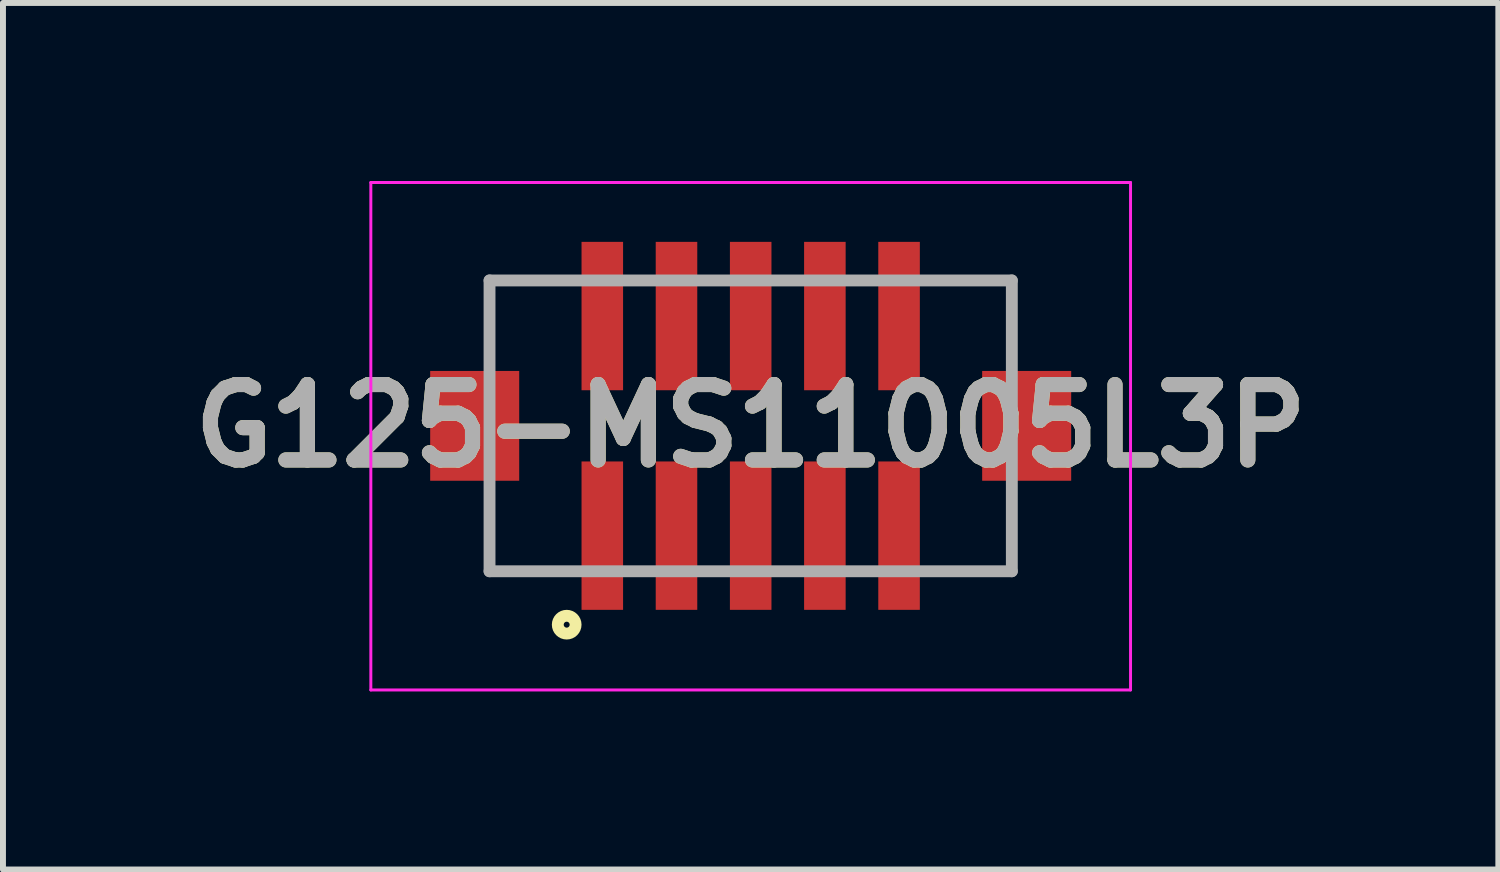
<source format=kicad_pcb>
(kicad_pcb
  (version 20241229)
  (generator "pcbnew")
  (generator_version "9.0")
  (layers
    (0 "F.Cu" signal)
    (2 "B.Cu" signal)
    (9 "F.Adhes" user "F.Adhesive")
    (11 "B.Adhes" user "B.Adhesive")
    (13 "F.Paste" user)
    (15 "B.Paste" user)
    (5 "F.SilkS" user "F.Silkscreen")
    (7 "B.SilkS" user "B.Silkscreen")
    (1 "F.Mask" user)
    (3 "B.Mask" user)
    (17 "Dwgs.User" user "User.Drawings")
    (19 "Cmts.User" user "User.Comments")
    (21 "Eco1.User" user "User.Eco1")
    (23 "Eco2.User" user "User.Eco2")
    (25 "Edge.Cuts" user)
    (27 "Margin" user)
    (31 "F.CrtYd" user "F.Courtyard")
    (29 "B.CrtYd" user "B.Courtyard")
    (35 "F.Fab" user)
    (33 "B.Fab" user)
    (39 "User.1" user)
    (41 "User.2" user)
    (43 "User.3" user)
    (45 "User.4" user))
  (footprint "G125-MS11005L3P"
    (layer "F.Cu")
    (at 9.598 4.125)
    (property "Reference" "G125-MS11005L3P" (at 0 0 0) (layer "F.SilkS") (effects (font (size 1.27 1.27) (thickness 0.254))))
    (attr smd)
    (fp_line (start -4.4 2.45) (end -4.4 -2.45) (stroke (width 0.1) (type solid)) (layer "F.SilkS"))
    (fp_line (start 4.4 -2.45) (end 4.4 2.45) (stroke (width 0.1) (type solid)) (layer "F.SilkS"))
    (fp_circle (center -3.1 3.35) (end -3.1 3.4) (stroke (width 0.2) (type solid)) (fill no) (layer "F.SilkS"))
    (fp_line (start -6.4 -4.1) (end 6.4 -4.1) (stroke (width 0.05) (type solid)) (layer "F.CrtYd"))
    (fp_line (start -6.4 4.45) (end -6.4 -4.1) (stroke (width 0.05) (type solid)) (layer "F.CrtYd"))
    (fp_line (start 6.4 -4.1) (end 6.4 4.45) (stroke (width 0.05) (type solid)) (layer "F.CrtYd"))
    (fp_line (start 6.4 4.45) (end -6.4 4.45) (stroke (width 0.05) (type solid)) (layer "F.CrtYd"))
    (fp_line (start -4.4 -2.45) (end 4.4 -2.45) (stroke (width 0.2) (type solid)) (layer "F.Fab"))
    (fp_line (start -4.4 2.45) (end -4.4 -2.45) (stroke (width 0.2) (type solid)) (layer "F.Fab"))
    (fp_line (start 4.4 -2.45) (end 4.4 2.45) (stroke (width 0.2) (type solid)) (layer "F.Fab"))
    (fp_line (start 4.4 2.45) (end -4.4 2.45) (stroke (width 0.2) (type solid)) (layer "F.Fab"))
    (fp_text user "${REFERENCE}" (at 0 0 0) (layer "F.Fab") (effects (font (size 1.27 1.27) (thickness 0.254))))
    (pad "1" smd rect (at -2.5 1.85) (size 0.7 2.5) (layers "F.Cu" "F.Mask" "F.Paste"))
    (pad "2" smd rect (at -1.25 1.85) (size 0.7 2.5) (layers "F.Cu" "F.Mask" "F.Paste"))
    (pad "3" smd rect (at 0 1.85) (size 0.7 2.5) (layers "F.Cu" "F.Mask" "F.Paste"))
    (pad "4" smd rect (at 1.25 1.85) (size 0.7 2.5) (layers "F.Cu" "F.Mask" "F.Paste"))
    (pad "5" smd rect (at 2.5 1.85) (size 0.7 2.5) (layers "F.Cu" "F.Mask" "F.Paste"))
    (pad "6" smd rect (at -2.5 -1.85) (size 0.7 2.5) (layers "F.Cu" "F.Mask" "F.Paste"))
    (pad "7" smd rect (at -1.25 -1.85) (size 0.7 2.5) (layers "F.Cu" "F.Mask" "F.Paste"))
    (pad "8" smd rect (at 0 -1.85) (size 0.7 2.5) (layers "F.Cu" "F.Mask" "F.Paste"))
    (pad "9" smd rect (at 1.25 -1.85) (size 0.7 2.5) (layers "F.Cu" "F.Mask" "F.Paste"))
    (pad "10" smd rect (at 2.5 -1.85) (size 0.7 2.5) (layers "F.Cu" "F.Mask" "F.Paste"))
    (pad "11" smd rect (at -4.65 0) (size 1.5 1.85) (layers "F.Cu" "F.Mask" "F.Paste"))
    (pad "12" smd rect (at 4.65 0) (size 1.5 1.85) (layers "F.Cu" "F.Mask" "F.Paste")))
  (gr_rect
    (start -3 -3)
    (end 22.195 11.6)
    (stroke (width 0.1) (type default))
    (fill no)
    (layer "Edge.Cuts")))
</source>
